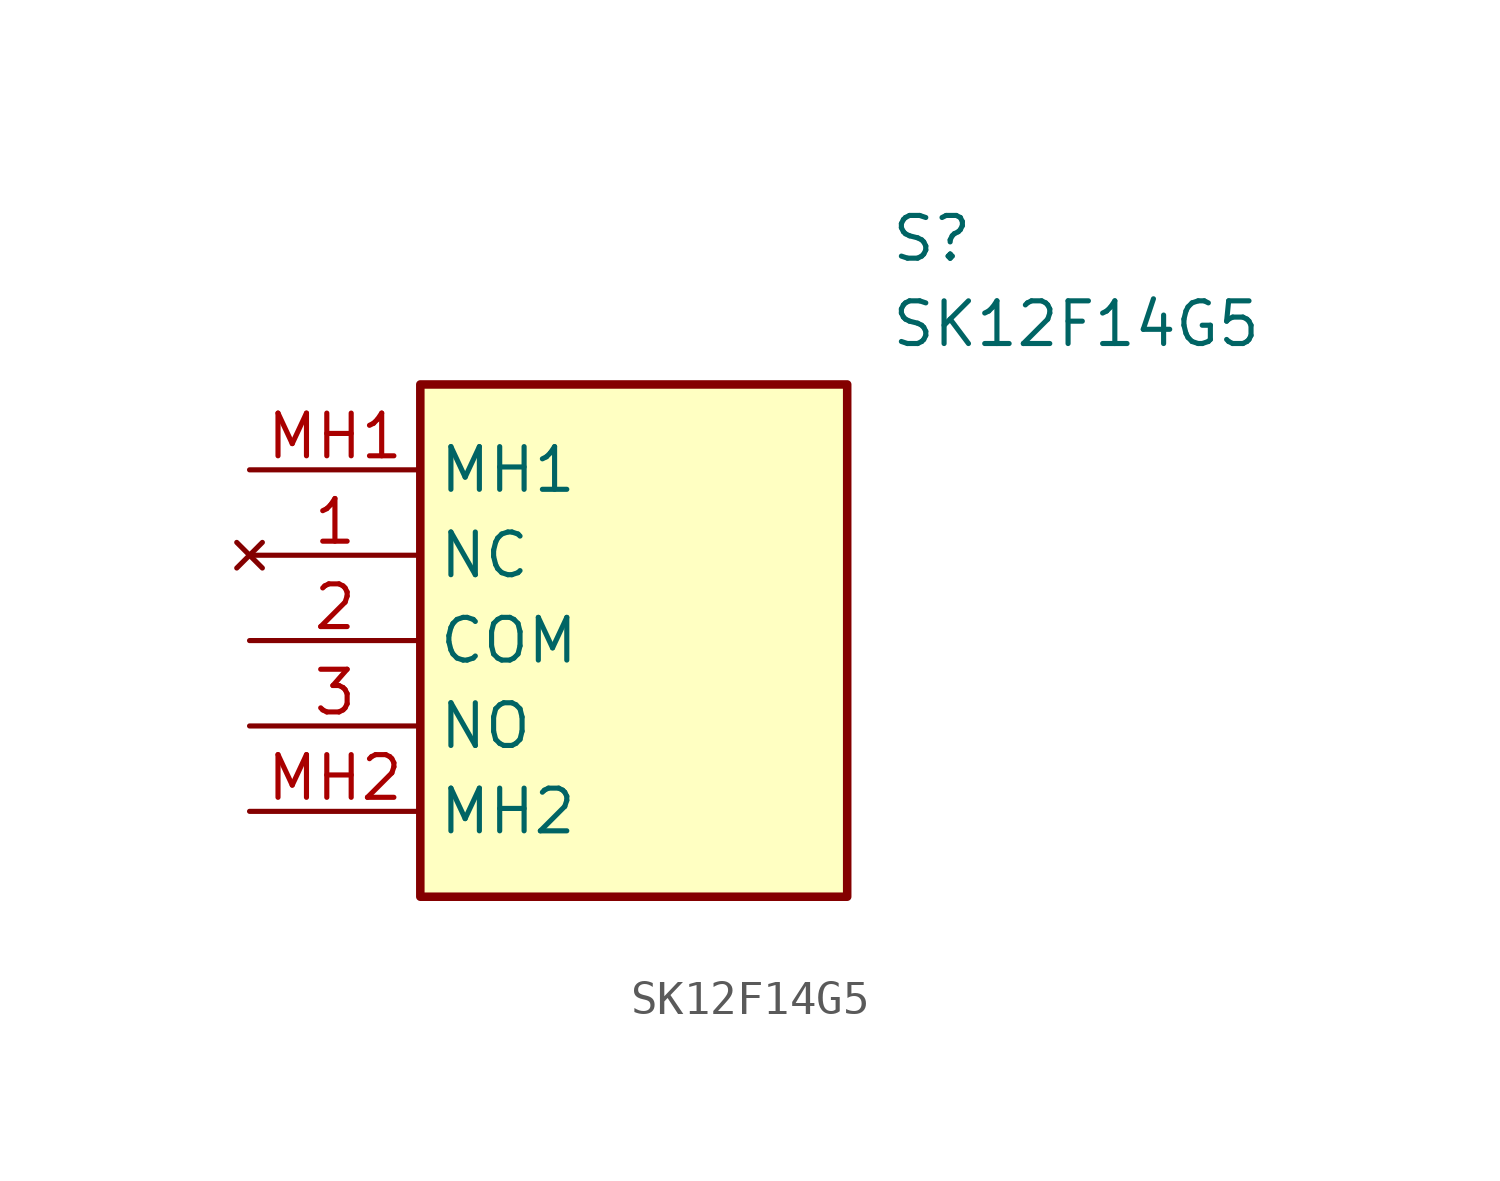
<source format=kicad_sym>
(kicad_symbol_lib
  (version 20211014)
  (generator SamacSys_ECAD_Model)
  (symbol "SK12F14G5"
    (property "Reference" "S"
      (at 19.05 7.62 0)
      (effects (font (size 1.27 1.27)) (justify left top)))
    (property "Value" "SK12F14G5"
      (at 19.05 5.08 0)
      (effects (font (size 1.27 1.27)) (justify left top)))
    (rectangle
      (start 5.08 2.54)
      (end 17.78 -12.7)
      (stroke (width 0.254) (type default))
      (fill (type background)))
    (pin no_connect line
      (at 0 -2.54 0)
      (length 5.08)
      (name "NC" (effects (font (size 1.27 1.27))))
      (number "1" (effects (font (size 1.27 1.27)))))
    (pin passive line
      (at 0 -5.08 0)
      (length 5.08)
      (name "COM" (effects (font (size 1.27 1.27))))
      (number "2" (effects (font (size 1.27 1.27)))))
    (pin passive line
      (at 0 -7.62 0)
      (length 5.08)
      (name "NO" (effects (font (size 1.27 1.27))))
      (number "3" (effects (font (size 1.27 1.27)))))
    (pin passive line
      (at 0 0 0)
      (length 5.08)
      (name "MH1" (effects (font (size 1.27 1.27))))
      (number "MH1" (effects (font (size 1.27 1.27)))))
    (pin passive line
      (at 0 -10.16 0)
      (length 5.08)
      (name "MH2" (effects (font (size 1.27 1.27))))
      (number "MH2" (effects (font (size 1.27 1.27)))))))
</source>
